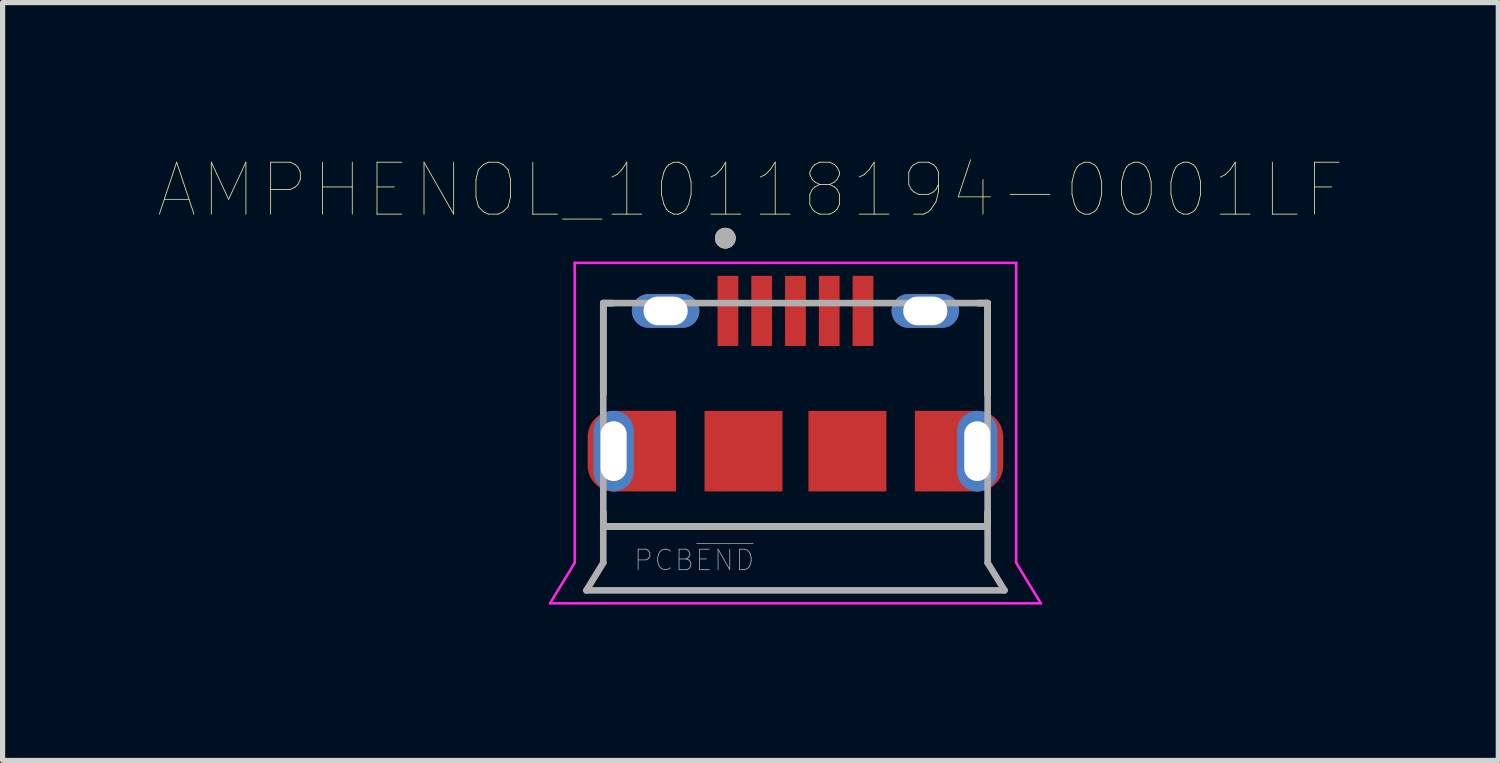
<source format=kicad_pcb>
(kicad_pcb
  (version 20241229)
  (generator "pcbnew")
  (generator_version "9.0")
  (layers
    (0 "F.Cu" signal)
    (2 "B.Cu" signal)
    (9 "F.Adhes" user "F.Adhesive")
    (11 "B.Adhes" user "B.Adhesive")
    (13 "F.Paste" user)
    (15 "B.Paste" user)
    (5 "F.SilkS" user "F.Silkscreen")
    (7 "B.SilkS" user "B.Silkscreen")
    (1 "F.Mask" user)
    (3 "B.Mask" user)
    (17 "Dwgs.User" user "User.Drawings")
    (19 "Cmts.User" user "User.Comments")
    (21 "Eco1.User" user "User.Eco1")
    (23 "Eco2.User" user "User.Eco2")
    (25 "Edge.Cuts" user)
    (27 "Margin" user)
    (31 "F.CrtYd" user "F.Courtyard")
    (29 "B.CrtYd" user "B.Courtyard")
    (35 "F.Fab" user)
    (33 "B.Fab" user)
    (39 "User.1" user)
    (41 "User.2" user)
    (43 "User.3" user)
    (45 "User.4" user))
  (footprint "AMPHENOL_10118194-0001LF"
    (layer "F.Cu")
    (at 12.265 5.636)
    (property "Reference" "AMPHENOL_10118194-0001LF" (at -0.866 -5.025 0) (layer "F.SilkS") (effects (font (size 1 1) (thickness 0.015))))
    (attr through_hole)
    (fp_poly (pts (xy -2.3 -0.78) (xy -2.3 0.775) (xy -3.498 0.775) (xy -3.498 0.575) (xy -3.486 0.575) (xy -3.473 0.574) (xy -3.46 0.572) (xy -3.447 0.57) (xy -3.434 0.567) (xy -3.422 0.563) (xy -3.41 0.558) (xy -3.398 0.553) (xy -3.386 0.548) (xy -3.374 0.542) (xy -3.363 0.535) (xy -3.353 0.527) (xy -3.342 0.52) (xy -3.332 0.511) (xy -3.323 0.502) (xy -3.314 0.493) (xy -3.305 0.483) (xy -3.298 0.472) (xy -3.29 0.462) (xy -3.283 0.451) (xy -3.277 0.439) (xy -3.272 0.427) (xy -3.267 0.415) (xy -3.262 0.403) (xy -3.258 0.391) (xy -3.255 0.378) (xy -3.253 0.365) (xy -3.251 0.352) (xy -3.25 0.339) (xy -3.25 0.325) (xy -3.25 0.315) (xy -3.25 -0.315) (xy -3.25 -0.325) (xy -3.25 -0.338) (xy -3.251 -0.351) (xy -3.253 -0.364) (xy -3.255 -0.377) (xy -3.259 -0.39) (xy -3.262 -0.402) (xy -3.267 -0.415) (xy -3.272 -0.427) (xy -3.277 -0.438) (xy -3.283 -0.45) (xy -3.29 -0.461) (xy -3.298 -0.472) (xy -3.306 -0.482) (xy -3.314 -0.492) (xy -3.323 -0.502) (xy -3.333 -0.511) (xy -3.343 -0.519) (xy -3.353 -0.527) (xy -3.364 -0.535) (xy -3.375 -0.542) (xy -3.387 -0.548) (xy -3.398 -0.553) (xy -3.41 -0.558) (xy -3.423 -0.563) (xy -3.435 -0.566) (xy -3.448 -0.57) (xy -3.461 -0.572) (xy -3.474 -0.574) (xy -3.487 -0.575) (xy -3.5 -0.575) (xy -3.513 -0.575) (xy -3.526 -0.574) (xy -3.539 -0.572) (xy -3.552 -0.57) (xy -3.565 -0.566) (xy -3.577 -0.563) (xy -3.59 -0.558) (xy -3.602 -0.553) (xy -3.613 -0.548) (xy -3.625 -0.542) (xy -3.636 -0.535) (xy -3.647 -0.527) (xy -3.657 -0.519) (xy -3.667 -0.511) (xy -3.677 -0.502) (xy -3.686 -0.492) (xy -3.694 -0.482) (xy -3.702 -0.472) (xy -3.71 -0.461) (xy -3.717 -0.45) (xy -3.723 -0.438) (xy -3.728 -0.427) (xy -3.733 -0.415) (xy -3.738 -0.402) (xy -3.741 -0.39) (xy -3.745 -0.377) (xy -3.747 -0.364) (xy -3.749 -0.351) (xy -3.75 -0.338) (xy -3.75 -0.325) (xy -3.75 0.325) (xy -3.75 0.339) (xy -3.749 0.352) (xy -3.747 0.365) (xy -3.745 0.378) (xy -3.742 0.391) (xy -3.738 0.403) (xy -3.733 0.415) (xy -3.728 0.427) (xy -3.723 0.439) (xy -3.717 0.451) (xy -3.71 0.462) (xy -3.702 0.472) (xy -3.695 0.483) (xy -3.686 0.493) (xy -3.677 0.502) (xy -3.668 0.511) (xy -3.658 0.52) (xy -3.647 0.527) (xy -3.637 0.535) (xy -3.626 0.542) (xy -3.614 0.548) (xy -3.602 0.553) (xy -3.59 0.558) (xy -3.578 0.563) (xy -3.566 0.567) (xy -3.553 0.57) (xy -3.54 0.572) (xy -3.527 0.574) (xy -3.514 0.575) (xy -3.502 0.575) (xy -3.502 0.775) (xy -3.527 0.774) (xy -3.553 0.772) (xy -3.579 0.769) (xy -3.605 0.764) (xy -3.63 0.758) (xy -3.655 0.751) (xy -3.68 0.742) (xy -3.704 0.732) (xy -3.728 0.721) (xy -3.751 0.708) (xy -3.773 0.695) (xy -3.794 0.68) (xy -3.815 0.664) (xy -3.835 0.647) (xy -3.854 0.629) (xy -3.872 0.61) (xy -3.889 0.59) (xy -3.905 0.569) (xy -3.92 0.548) (xy -3.933 0.526) (xy -3.946 0.503) (xy -3.957 0.479) (xy -3.967 0.455) (xy -3.976 0.43) (xy -3.983 0.405) (xy -3.989 0.38) (xy -3.994 0.354) (xy -3.997 0.328) (xy -3.999 0.302) (xy -4 0.275) (xy -4 -0.275) (xy -3.999 -0.301) (xy -3.997 -0.327) (xy -3.994 -0.353) (xy -3.989 -0.379) (xy -3.983 -0.404) (xy -3.976 -0.43) (xy -3.967 -0.454) (xy -3.957 -0.478) (xy -3.946 -0.502) (xy -3.933 -0.525) (xy -3.919 -0.547) (xy -3.905 -0.569) (xy -3.889 -0.59) (xy -3.872 -0.61) (xy -3.854 -0.629) (xy -3.835 -0.647) (xy -3.815 -0.664) (xy -3.794 -0.68) (xy -3.772 -0.694) (xy -3.75 -0.708) (xy -3.727 -0.721) (xy -3.703 -0.732) (xy -3.679 -0.742) (xy -3.655 -0.751) (xy -3.629 -0.758) (xy -3.604 -0.764) (xy -3.578 -0.769) (xy -3.552 -0.772) (xy -3.526 -0.774) (xy -3.5 -0.775) (xy -2.305 -0.775) (xy -2.305 -0.78) (xy -2.3 -0.78)) (stroke (width 0.001) (type solid)) (fill yes) (layer "F.Cu"))
    (fp_poly (pts (xy 2.3 0.78) (xy 2.3 -0.775) (xy 3.498 -0.775) (xy 3.498 -0.575) (xy 3.486 -0.575) (xy 3.473 -0.574) (xy 3.46 -0.572) (xy 3.447 -0.57) (xy 3.434 -0.567) (xy 3.422 -0.563) (xy 3.41 -0.558) (xy 3.398 -0.553) (xy 3.386 -0.548) (xy 3.374 -0.542) (xy 3.363 -0.535) (xy 3.353 -0.527) (xy 3.342 -0.52) (xy 3.332 -0.511) (xy 3.323 -0.502) (xy 3.314 -0.493) (xy 3.305 -0.483) (xy 3.298 -0.472) (xy 3.29 -0.462) (xy 3.283 -0.451) (xy 3.277 -0.439) (xy 3.272 -0.427) (xy 3.267 -0.415) (xy 3.262 -0.403) (xy 3.258 -0.391) (xy 3.255 -0.378) (xy 3.253 -0.365) (xy 3.251 -0.352) (xy 3.25 -0.339) (xy 3.25 -0.325) (xy 3.25 -0.315) (xy 3.25 0.315) (xy 3.25 0.325) (xy 3.25 0.338) (xy 3.251 0.351) (xy 3.253 0.364) (xy 3.255 0.377) (xy 3.259 0.39) (xy 3.262 0.402) (xy 3.267 0.415) (xy 3.272 0.427) (xy 3.277 0.438) (xy 3.283 0.45) (xy 3.29 0.461) (xy 3.298 0.472) (xy 3.306 0.482) (xy 3.314 0.492) (xy 3.323 0.502) (xy 3.333 0.511) (xy 3.343 0.519) (xy 3.353 0.527) (xy 3.364 0.535) (xy 3.375 0.542) (xy 3.387 0.548) (xy 3.398 0.553) (xy 3.41 0.558) (xy 3.423 0.563) (xy 3.435 0.566) (xy 3.448 0.57) (xy 3.461 0.572) (xy 3.474 0.574) (xy 3.487 0.575) (xy 3.5 0.575) (xy 3.513 0.575) (xy 3.526 0.574) (xy 3.539 0.572) (xy 3.552 0.57) (xy 3.565 0.566) (xy 3.577 0.563) (xy 3.59 0.558) (xy 3.602 0.553) (xy 3.613 0.548) (xy 3.625 0.542) (xy 3.636 0.535) (xy 3.647 0.527) (xy 3.657 0.519) (xy 3.667 0.511) (xy 3.677 0.502) (xy 3.686 0.492) (xy 3.694 0.482) (xy 3.702 0.472) (xy 3.71 0.461) (xy 3.717 0.45) (xy 3.723 0.438) (xy 3.728 0.427) (xy 3.733 0.415) (xy 3.738 0.402) (xy 3.741 0.39) (xy 3.745 0.377) (xy 3.747 0.364) (xy 3.749 0.351) (xy 3.75 0.338) (xy 3.75 0.325) (xy 3.75 -0.325) (xy 3.75 -0.339) (xy 3.749 -0.352) (xy 3.747 -0.365) (xy 3.745 -0.378) (xy 3.742 -0.391) (xy 3.738 -0.403) (xy 3.733 -0.415) (xy 3.728 -0.427) (xy 3.723 -0.439) (xy 3.717 -0.451) (xy 3.71 -0.462) (xy 3.702 -0.472) (xy 3.695 -0.483) (xy 3.686 -0.493) (xy 3.677 -0.502) (xy 3.668 -0.511) (xy 3.658 -0.52) (xy 3.647 -0.527) (xy 3.637 -0.535) (xy 3.626 -0.542) (xy 3.614 -0.548) (xy 3.602 -0.553) (xy 3.59 -0.558) (xy 3.578 -0.563) (xy 3.566 -0.567) (xy 3.553 -0.57) (xy 3.54 -0.572) (xy 3.527 -0.574) (xy 3.514 -0.575) (xy 3.502 -0.575) (xy 3.502 -0.775) (xy 3.527 -0.774) (xy 3.553 -0.772) (xy 3.579 -0.769) (xy 3.605 -0.764) (xy 3.63 -0.758) (xy 3.655 -0.751) (xy 3.68 -0.742) (xy 3.704 -0.732) (xy 3.728 -0.721) (xy 3.751 -0.708) (xy 3.773 -0.695) (xy 3.794 -0.68) (xy 3.815 -0.664) (xy 3.835 -0.647) (xy 3.854 -0.629) (xy 3.872 -0.61) (xy 3.889 -0.59) (xy 3.905 -0.569) (xy 3.92 -0.548) (xy 3.933 -0.526) (xy 3.946 -0.503) (xy 3.957 -0.479) (xy 3.967 -0.455) (xy 3.976 -0.43) (xy 3.983 -0.405) (xy 3.989 -0.38) (xy 3.994 -0.354) (xy 3.997 -0.328) (xy 3.999 -0.302) (xy 4 -0.275) (xy 4 0.275) (xy 3.999 0.301) (xy 3.997 0.327) (xy 3.994 0.353) (xy 3.989 0.379) (xy 3.983 0.404) (xy 3.976 0.43) (xy 3.967 0.454) (xy 3.957 0.478) (xy 3.946 0.502) (xy 3.933 0.525) (xy 3.919 0.547) (xy 3.905 0.569) (xy 3.889 0.59) (xy 3.872 0.61) (xy 3.854 0.629) (xy 3.835 0.647) (xy 3.815 0.664) (xy 3.794 0.68) (xy 3.772 0.694) (xy 3.75 0.708) (xy 3.727 0.721) (xy 3.703 0.732) (xy 3.679 0.742) (xy 3.655 0.751) (xy 3.629 0.758) (xy 3.604 0.764) (xy 3.578 0.769) (xy 3.552 0.772) (xy 3.526 0.774) (xy 3.5 0.775) (xy 2.305 0.775) (xy 2.305 0.78) (xy 2.3 0.78)) (stroke (width 0.001) (type solid)) (fill yes) (layer "F.Cu"))
    (fp_poly (pts (xy -3.6 -0.875) (xy -2.2 -0.875) (xy -2.2 0.875) (xy -3.6 0.875) (xy -3.626 0.874) (xy -3.652 0.872) (xy -3.678 0.869) (xy -3.704 0.864) (xy -3.729 0.858) (xy -3.755 0.851) (xy -3.779 0.842) (xy -3.803 0.832) (xy -3.827 0.821) (xy -3.85 0.808) (xy -3.872 0.794) (xy -3.894 0.78) (xy -3.915 0.764) (xy -3.935 0.747) (xy -3.954 0.729) (xy -3.972 0.71) (xy -3.989 0.69) (xy -4.005 0.669) (xy -4.019 0.647) (xy -4.033 0.625) (xy -4.046 0.602) (xy -4.057 0.578) (xy -4.067 0.554) (xy -4.076 0.53) (xy -4.083 0.504) (xy -4.089 0.479) (xy -4.094 0.453) (xy -4.097 0.427) (xy -4.099 0.401) (xy -4.1 0.375) (xy -4.1 -0.375) (xy -4.099 -0.401) (xy -4.097 -0.427) (xy -4.094 -0.453) (xy -4.089 -0.479) (xy -4.083 -0.504) (xy -4.076 -0.53) (xy -4.067 -0.554) (xy -4.057 -0.578) (xy -4.046 -0.602) (xy -4.033 -0.625) (xy -4.019 -0.647) (xy -4.005 -0.669) (xy -3.989 -0.69) (xy -3.972 -0.71) (xy -3.954 -0.729) (xy -3.935 -0.747) (xy -3.915 -0.764) (xy -3.894 -0.78) (xy -3.872 -0.794) (xy -3.85 -0.808) (xy -3.827 -0.821) (xy -3.803 -0.832) (xy -3.779 -0.842) (xy -3.755 -0.851) (xy -3.729 -0.858) (xy -3.704 -0.864) (xy -3.678 -0.869) (xy -3.652 -0.872) (xy -3.626 -0.874) (xy -3.6 -0.875)) (stroke (width 0.0001) (type solid)) (fill yes) (layer "F.Mask"))
    (fp_poly (pts (xy 3.6 0.875) (xy 2.2 0.875) (xy 2.2 -0.875) (xy 3.6 -0.875) (xy 3.626 -0.874) (xy 3.652 -0.872) (xy 3.678 -0.869) (xy 3.704 -0.864) (xy 3.729 -0.858) (xy 3.755 -0.851) (xy 3.779 -0.842) (xy 3.803 -0.832) (xy 3.827 -0.821) (xy 3.85 -0.808) (xy 3.872 -0.794) (xy 3.894 -0.78) (xy 3.915 -0.764) (xy 3.935 -0.747) (xy 3.954 -0.729) (xy 3.972 -0.71) (xy 3.989 -0.69) (xy 4.005 -0.669) (xy 4.019 -0.647) (xy 4.033 -0.625) (xy 4.046 -0.602) (xy 4.057 -0.578) (xy 4.067 -0.554) (xy 4.076 -0.53) (xy 4.083 -0.504) (xy 4.089 -0.479) (xy 4.094 -0.453) (xy 4.097 -0.427) (xy 4.099 -0.401) (xy 4.1 -0.375) (xy 4.1 0.375) (xy 4.099 0.401) (xy 4.097 0.427) (xy 4.094 0.453) (xy 4.089 0.479) (xy 4.083 0.504) (xy 4.076 0.53) (xy 4.067 0.554) (xy 4.057 0.578) (xy 4.046 0.602) (xy 4.033 0.625) (xy 4.019 0.647) (xy 4.005 0.669) (xy 3.989 0.69) (xy 3.972 0.71) (xy 3.954 0.729) (xy 3.935 0.747) (xy 3.915 0.764) (xy 3.894 0.78) (xy 3.872 0.794) (xy 3.85 0.808) (xy 3.827 0.821) (xy 3.803 0.832) (xy 3.779 0.842) (xy 3.755 0.851) (xy 3.729 0.858) (xy 3.704 0.864) (xy 3.678 0.869) (xy 3.652 0.872) (xy 3.626 0.874) (xy 3.6 0.875)) (stroke (width 0.0001) (type solid)) (fill yes) (layer "F.Mask"))
    (fp_line (start -3.7 -2.85) (end -3.7 -1.095) (stroke (width 0.127) (type solid)) (layer "F.SilkS"))
    (fp_line (start -3.7 -2.85) (end -3.52 -2.85) (stroke (width 0.127) (type solid)) (layer "F.SilkS"))
    (fp_line (start -3.7 1.45) (end -3.7 1.18) (stroke (width 0.127) (type solid)) (layer "F.SilkS"))
    (fp_line (start -3.7 1.45) (end 3.7 1.45) (stroke (width 0.127) (type solid)) (layer "F.SilkS"))
    (fp_line (start 3.7 -2.85) (end 3.52 -2.85) (stroke (width 0.127) (type solid)) (layer "F.SilkS"))
    (fp_line (start 3.7 -2.85) (end 3.7 -1.095) (stroke (width 0.127) (type solid)) (layer "F.SilkS"))
    (fp_line (start 3.7 1.18) (end 3.7 1.45) (stroke (width 0.127) (type solid)) (layer "F.SilkS"))
    (fp_circle (center -1.35 -4.1) (end -1.25 -4.1) (stroke (width 0.2) (type solid)) (fill no) (layer "F.SilkS"))
    (fp_line (start -3.5 -0.77) (end -3.5 -0.6) (stroke (width 0.0001) (type solid)) (layer "F.Paste"))
    (fp_line (start 3.5 0.77) (end 3.5 0.6) (stroke (width 0.0001) (type solid)) (layer "F.Paste"))
    (fp_poly (pts (xy -3.5 -0.775) (xy -3.5 -0.575) (xy -3.487 -0.575) (xy -3.474 -0.574) (xy -3.461 -0.572) (xy -3.448 -0.57) (xy -3.435 -0.566) (xy -3.423 -0.563) (xy -3.41 -0.558) (xy -3.398 -0.553) (xy -3.387 -0.548) (xy -3.375 -0.542) (xy -3.364 -0.535) (xy -3.353 -0.527) (xy -3.343 -0.519) (xy -3.333 -0.511) (xy -3.323 -0.502) (xy -3.314 -0.492) (xy -3.306 -0.482) (xy -3.298 -0.472) (xy -3.29 -0.461) (xy -3.283 -0.45) (xy -3.277 -0.438) (xy -3.272 -0.427) (xy -3.267 -0.415) (xy -3.262 -0.402) (xy -3.259 -0.39) (xy -3.255 -0.377) (xy -3.253 -0.364) (xy -3.251 -0.351) (xy -3.25 -0.338) (xy -3.25 -0.325) (xy -3.25 0.325) (xy -3.25 0.338) (xy -3.251 0.351) (xy -3.253 0.364) (xy -3.255 0.377) (xy -3.259 0.39) (xy -3.262 0.402) (xy -3.267 0.415) (xy -3.272 0.427) (xy -3.277 0.438) (xy -3.283 0.45) (xy -3.29 0.461) (xy -3.298 0.472) (xy -3.306 0.482) (xy -3.314 0.492) (xy -3.323 0.502) (xy -3.333 0.511) (xy -3.343 0.519) (xy -3.353 0.527) (xy -3.364 0.535) (xy -3.375 0.542) (xy -3.387 0.548) (xy -3.398 0.553) (xy -3.41 0.558) (xy -3.423 0.563) (xy -3.435 0.566) (xy -3.448 0.57) (xy -3.461 0.572) (xy -3.474 0.574) (xy -3.487 0.575) (xy -3.5 0.575) (xy -3.5 0.775) (xy -2.3 0.775) (xy -2.3 -0.775) (xy -3.5 -0.775)) (stroke (width 0.0001) (type solid)) (fill yes) (layer "F.Paste"))
    (fp_poly (pts (xy 3.5 0.775) (xy 3.5 0.575) (xy 3.487 0.575) (xy 3.474 0.574) (xy 3.461 0.572) (xy 3.448 0.57) (xy 3.435 0.566) (xy 3.423 0.563) (xy 3.41 0.558) (xy 3.398 0.553) (xy 3.387 0.548) (xy 3.375 0.542) (xy 3.364 0.535) (xy 3.353 0.527) (xy 3.343 0.519) (xy 3.333 0.511) (xy 3.323 0.502) (xy 3.314 0.492) (xy 3.306 0.482) (xy 3.298 0.472) (xy 3.29 0.461) (xy 3.283 0.45) (xy 3.277 0.438) (xy 3.272 0.427) (xy 3.267 0.415) (xy 3.262 0.402) (xy 3.259 0.39) (xy 3.255 0.377) (xy 3.253 0.364) (xy 3.251 0.351) (xy 3.25 0.338) (xy 3.25 0.325) (xy 3.25 -0.325) (xy 3.25 -0.338) (xy 3.251 -0.351) (xy 3.253 -0.364) (xy 3.255 -0.377) (xy 3.259 -0.39) (xy 3.262 -0.402) (xy 3.267 -0.415) (xy 3.272 -0.427) (xy 3.277 -0.438) (xy 3.283 -0.45) (xy 3.29 -0.461) (xy 3.298 -0.472) (xy 3.306 -0.482) (xy 3.314 -0.492) (xy 3.323 -0.502) (xy 3.333 -0.511) (xy 3.343 -0.519) (xy 3.353 -0.527) (xy 3.364 -0.535) (xy 3.375 -0.542) (xy 3.387 -0.548) (xy 3.398 -0.553) (xy 3.41 -0.558) (xy 3.423 -0.563) (xy 3.435 -0.566) (xy 3.448 -0.57) (xy 3.461 -0.572) (xy 3.474 -0.574) (xy 3.487 -0.575) (xy 3.5 -0.575) (xy 3.5 -0.775) (xy 2.3 -0.775) (xy 2.3 0.775) (xy 3.5 0.775)) (stroke (width 0.0001) (type solid)) (fill yes) (layer "F.Paste"))
    (fp_poly (pts (xy -3.5 -0.775) (xy -3.5 -0.575) (xy -3.513 -0.575) (xy -3.526 -0.574) (xy -3.539 -0.572) (xy -3.552 -0.57) (xy -3.565 -0.566) (xy -3.577 -0.563) (xy -3.59 -0.558) (xy -3.602 -0.553) (xy -3.613 -0.548) (xy -3.625 -0.542) (xy -3.636 -0.535) (xy -3.647 -0.527) (xy -3.657 -0.519) (xy -3.667 -0.511) (xy -3.677 -0.502) (xy -3.686 -0.492) (xy -3.694 -0.482) (xy -3.702 -0.472) (xy -3.71 -0.461) (xy -3.717 -0.45) (xy -3.723 -0.438) (xy -3.728 -0.427) (xy -3.733 -0.415) (xy -3.738 -0.402) (xy -3.741 -0.39) (xy -3.745 -0.377) (xy -3.747 -0.364) (xy -3.749 -0.351) (xy -3.75 -0.338) (xy -3.75 -0.325) (xy -3.75 0.325) (xy -3.75 0.338) (xy -3.749 0.351) (xy -3.747 0.364) (xy -3.745 0.377) (xy -3.741 0.39) (xy -3.738 0.402) (xy -3.733 0.415) (xy -3.728 0.427) (xy -3.723 0.438) (xy -3.717 0.45) (xy -3.71 0.461) (xy -3.702 0.472) (xy -3.694 0.482) (xy -3.686 0.492) (xy -3.677 0.502) (xy -3.667 0.511) (xy -3.657 0.519) (xy -3.647 0.527) (xy -3.636 0.535) (xy -3.625 0.542) (xy -3.613 0.548) (xy -3.602 0.553) (xy -3.59 0.558) (xy -3.577 0.563) (xy -3.565 0.566) (xy -3.552 0.57) (xy -3.539 0.572) (xy -3.526 0.574) (xy -3.513 0.575) (xy -3.5 0.575) (xy -3.5 0.775) (xy -3.526 0.774) (xy -3.552 0.772) (xy -3.578 0.769) (xy -3.604 0.764) (xy -3.629 0.758) (xy -3.655 0.751) (xy -3.679 0.742) (xy -3.703 0.732) (xy -3.727 0.721) (xy -3.75 0.708) (xy -3.772 0.694) (xy -3.794 0.68) (xy -3.815 0.664) (xy -3.835 0.647) (xy -3.854 0.629) (xy -3.872 0.61) (xy -3.889 0.59) (xy -3.905 0.569) (xy -3.919 0.547) (xy -3.933 0.525) (xy -3.946 0.502) (xy -3.957 0.478) (xy -3.967 0.454) (xy -3.976 0.43) (xy -3.983 0.404) (xy -3.989 0.379) (xy -3.994 0.353) (xy -3.997 0.327) (xy -3.999 0.301) (xy -4 0.275) (xy -4 -0.275) (xy -3.999 -0.301) (xy -3.997 -0.327) (xy -3.994 -0.353) (xy -3.989 -0.379) (xy -3.983 -0.404) (xy -3.976 -0.43) (xy -3.967 -0.454) (xy -3.957 -0.478) (xy -3.946 -0.502) (xy -3.933 -0.525) (xy -3.919 -0.547) (xy -3.905 -0.569) (xy -3.889 -0.59) (xy -3.872 -0.61) (xy -3.854 -0.629) (xy -3.835 -0.647) (xy -3.815 -0.664) (xy -3.794 -0.68) (xy -3.772 -0.694) (xy -3.75 -0.708) (xy -3.727 -0.721) (xy -3.703 -0.732) (xy -3.679 -0.742) (xy -3.655 -0.751) (xy -3.629 -0.758) (xy -3.604 -0.764) (xy -3.578 -0.769) (xy -3.552 -0.772) (xy -3.526 -0.774) (xy -3.5 -0.775)) (stroke (width 0.0001) (type solid)) (fill yes) (layer "F.Paste"))
    (fp_poly (pts (xy 3.5 0.775) (xy 3.5 0.575) (xy 3.513 0.575) (xy 3.526 0.574) (xy 3.539 0.572) (xy 3.552 0.57) (xy 3.565 0.566) (xy 3.577 0.563) (xy 3.59 0.558) (xy 3.602 0.553) (xy 3.613 0.548) (xy 3.625 0.542) (xy 3.636 0.535) (xy 3.647 0.527) (xy 3.657 0.519) (xy 3.667 0.511) (xy 3.677 0.502) (xy 3.686 0.492) (xy 3.694 0.482) (xy 3.702 0.472) (xy 3.71 0.461) (xy 3.717 0.45) (xy 3.723 0.438) (xy 3.728 0.427) (xy 3.733 0.415) (xy 3.738 0.402) (xy 3.741 0.39) (xy 3.745 0.377) (xy 3.747 0.364) (xy 3.749 0.351) (xy 3.75 0.338) (xy 3.75 0.325) (xy 3.75 -0.325) (xy 3.75 -0.338) (xy 3.749 -0.351) (xy 3.747 -0.364) (xy 3.745 -0.377) (xy 3.741 -0.39) (xy 3.738 -0.402) (xy 3.733 -0.415) (xy 3.728 -0.427) (xy 3.723 -0.438) (xy 3.717 -0.45) (xy 3.71 -0.461) (xy 3.702 -0.472) (xy 3.694 -0.482) (xy 3.686 -0.492) (xy 3.677 -0.502) (xy 3.667 -0.511) (xy 3.657 -0.519) (xy 3.647 -0.527) (xy 3.636 -0.535) (xy 3.625 -0.542) (xy 3.613 -0.548) (xy 3.602 -0.553) (xy 3.59 -0.558) (xy 3.577 -0.563) (xy 3.565 -0.566) (xy 3.552 -0.57) (xy 3.539 -0.572) (xy 3.526 -0.574) (xy 3.513 -0.575) (xy 3.5 -0.575) (xy 3.5 -0.775) (xy 3.526 -0.774) (xy 3.552 -0.772) (xy 3.578 -0.769) (xy 3.604 -0.764) (xy 3.629 -0.758) (xy 3.655 -0.751) (xy 3.679 -0.742) (xy 3.703 -0.732) (xy 3.727 -0.721) (xy 3.75 -0.708) (xy 3.772 -0.694) (xy 3.794 -0.68) (xy 3.815 -0.664) (xy 3.835 -0.647) (xy 3.854 -0.629) (xy 3.872 -0.61) (xy 3.889 -0.59) (xy 3.905 -0.569) (xy 3.919 -0.547) (xy 3.933 -0.525) (xy 3.946 -0.502) (xy 3.957 -0.478) (xy 3.967 -0.454) (xy 3.976 -0.43) (xy 3.983 -0.404) (xy 3.989 -0.379) (xy 3.994 -0.353) (xy 3.997 -0.327) (xy 3.999 -0.301) (xy 4 -0.275) (xy 4 0.275) (xy 3.999 0.301) (xy 3.997 0.327) (xy 3.994 0.353) (xy 3.989 0.379) (xy 3.983 0.404) (xy 3.976 0.43) (xy 3.967 0.454) (xy 3.957 0.478) (xy 3.946 0.502) (xy 3.933 0.525) (xy 3.919 0.547) (xy 3.905 0.569) (xy 3.889 0.59) (xy 3.872 0.61) (xy 3.854 0.629) (xy 3.835 0.647) (xy 3.815 0.664) (xy 3.794 0.68) (xy 3.772 0.694) (xy 3.75 0.708) (xy 3.727 0.721) (xy 3.703 0.732) (xy 3.679 0.742) (xy 3.655 0.751) (xy 3.629 0.758) (xy 3.604 0.764) (xy 3.578 0.769) (xy 3.552 0.772) (xy 3.526 0.774) (xy 3.5 0.775)) (stroke (width 0.0001) (type solid)) (fill yes) (layer "F.Paste"))
    (fp_line (start -4.725 2.93) (end -4.25 2.15) (stroke (width 0.05) (type solid)) (layer "F.CrtYd"))
    (fp_line (start -4.25 -3.625) (end 4.25 -3.625) (stroke (width 0.05) (type solid)) (layer "F.CrtYd"))
    (fp_line (start -4.25 2.15) (end -4.25 -3.625) (stroke (width 0.05) (type solid)) (layer "F.CrtYd"))
    (fp_line (start 4.25 2.15) (end 4.25 -3.625) (stroke (width 0.05) (type solid)) (layer "F.CrtYd"))
    (fp_line (start 4.725 2.93) (end -4.725 2.93) (stroke (width 0.05) (type solid)) (layer "F.CrtYd"))
    (fp_line (start 4.725 2.93) (end 4.25 2.15) (stroke (width 0.05) (type solid)) (layer "F.CrtYd"))
    (fp_line (start -4.025 2.68) (end 4.025 2.68) (stroke (width 0.127) (type solid)) (layer "F.Fab"))
    (fp_line (start -3.7 -2.85) (end -3.7 1.45) (stroke (width 0.127) (type solid)) (layer "F.Fab"))
    (fp_line (start -3.7 -2.85) (end 3.7 -2.85) (stroke (width 0.127) (type solid)) (layer "F.Fab"))
    (fp_line (start -3.7 1.45) (end -3.7 2.15) (stroke (width 0.127) (type solid)) (layer "F.Fab"))
    (fp_line (start -3.7 1.45) (end 3.7 1.45) (stroke (width 0.127) (type solid)) (layer "F.Fab"))
    (fp_line (start -3.7 2.15) (end -4.025 2.68) (stroke (width 0.127) (type solid)) (layer "F.Fab"))
    (fp_line (start 3.7 1.45) (end 3.7 -2.85) (stroke (width 0.127) (type solid)) (layer "F.Fab"))
    (fp_line (start 3.7 2.15) (end 3.7 1.45) (stroke (width 0.127) (type solid)) (layer "F.Fab"))
    (fp_line (start 4.025 2.68) (end 3.7 2.15) (stroke (width 0.127) (type solid)) (layer "F.Fab"))
    (fp_circle (center -1.35 -4.1) (end -1.25 -4.1) (stroke (width 0.2) (type solid)) (fill no) (layer "F.Fab"))
    (fp_text user "PCB~{END}" (at -1.95 2.1 0) (layer "F.Fab") (effects (font (size 0.394 0.394) (thickness 0.015))))
    (pad "1" smd rect (at -1.3 -2.7) (size 0.4 1.35) (layers "F.Cu" "F.Mask" "F.Paste"))
    (pad "2" smd rect (at -0.65 -2.7) (size 0.4 1.35) (layers "F.Cu" "F.Mask" "F.Paste"))
    (pad "3" smd rect (at 0 -2.7) (size 0.4 1.35) (layers "F.Cu" "F.Mask" "F.Paste"))
    (pad "4" smd rect (at 0.65 -2.7) (size 0.4 1.35) (layers "F.Cu" "F.Mask" "F.Paste"))
    (pad "5" smd rect (at 1.3 -2.7) (size 0.4 1.35) (layers "F.Cu" "F.Mask" "F.Paste"))
    (pad "6" thru_hole oval (at -3.5 0) (size 0.775 1.55) (drill oval 0.5 1.15) (layers "*.Cu" "*.Mask"))
    (pad "6" thru_hole oval (at -2.5 -2.7) (size 1.3 0.65) (drill oval 0.85 0.55) (layers "*.Cu" "*.Mask"))
    (pad "6" smd rect (at -1 0) (size 1.5 1.55) (layers "F.Cu" "F.Mask" "F.Paste"))
    (pad "6" smd rect (at 1 0) (size 1.5 1.55) (layers "F.Cu" "F.Mask" "F.Paste"))
    (pad "6" thru_hole oval (at 2.5 -2.7) (size 1.3 0.65) (drill oval 0.85 0.55) (layers "*.Cu" "*.Mask"))
    (pad "6" thru_hole oval (at 3.5 0) (size 0.775 1.55) (drill oval 0.5 1.15) (layers "*.Cu" "*.Mask")))
  (gr_rect
    (start -3 -3)
    (end 25.797 11.591)
    (stroke (width 0.1) (type default))
    (fill no)
    (layer "Edge.Cuts")))
</source>
